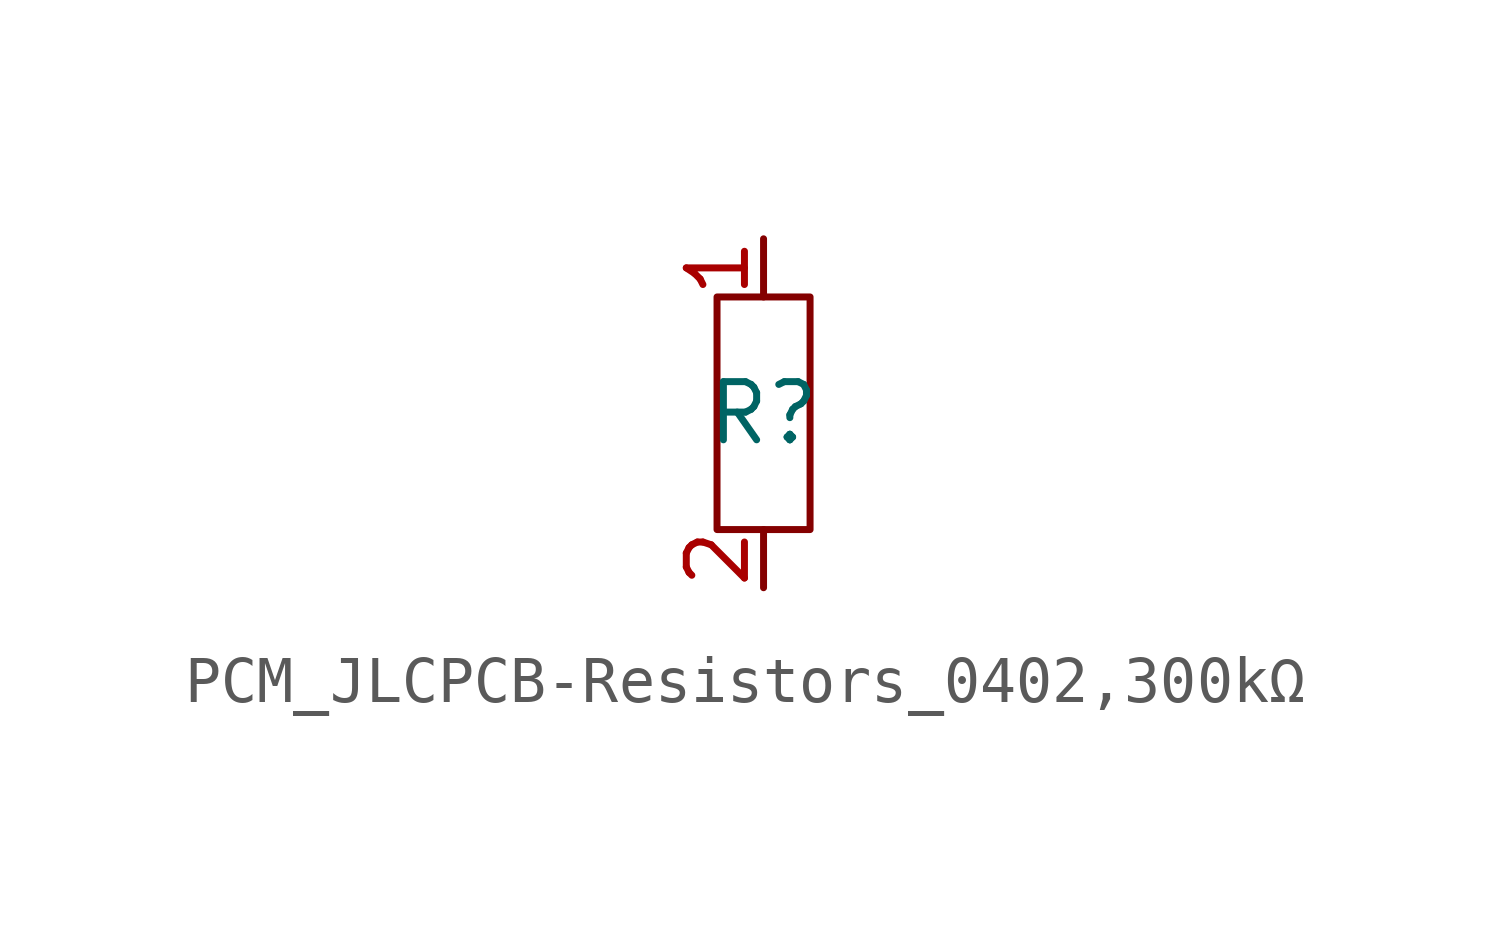
<source format=kicad_sym>
(kicad_symbol_lib
  (version 20241209)
  (generator "kicad_symbol_editor")
  (generator_version "9.0")
  (symbol "PCM_JLCPCB-Resistors_0402,300kΩ"
    (property "Reference" "R"
      (at 0 0 0)
      (effects (font (size 1.27 1.27))))
    (symbol "PCM_JLCPCB-Resistors_0402,300kΩ_1_0"
      (rectangle (start -1.016 2.54) (end 1.016 -2.54) (stroke (width 0) (type default)) (fill (type none)))
      (pin unspecified line (at 0 3.81 270) (length 1.27) (name "~" (effects (font (size 1.27 1.27)))) (number "1" (effects (font (size 1.27 1.27)))))
      (pin unspecified line (at 0 -3.81 90) (length 1.27) (name "~" (effects (font (size 1.27 1.27)))) (number "2" (effects (font (size 1.27 1.27))))))))
</source>
